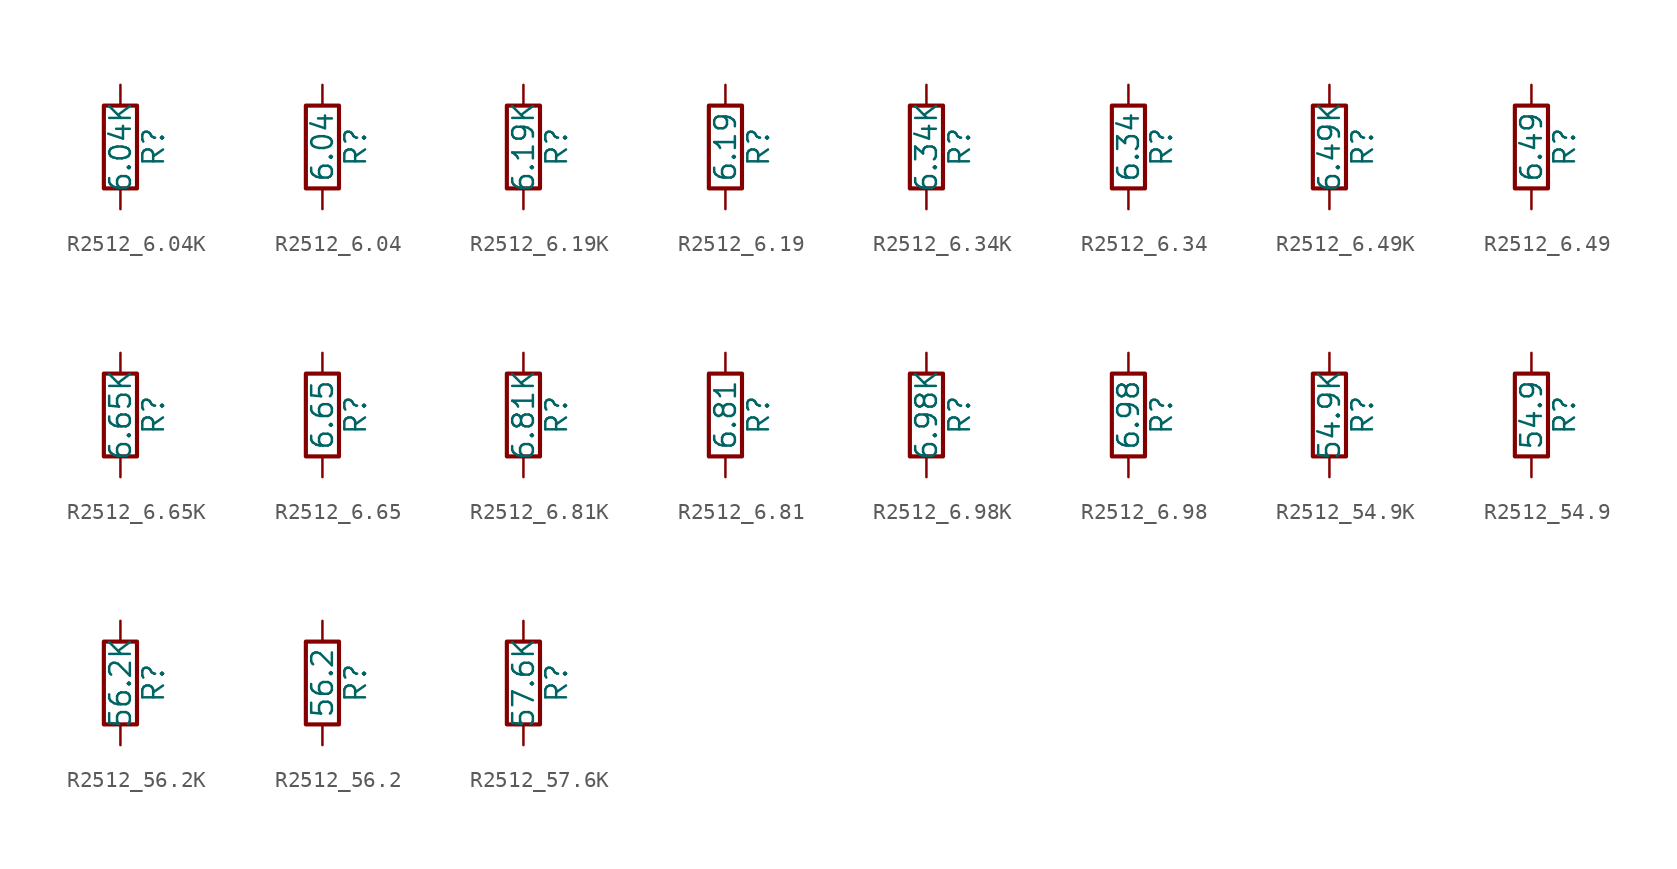
<source format=kicad_sym>
(kicad_symbol_lib
  (version 20211014)
  (generator atlantix-eda)
  (symbol "R2512_6.04K"
    (pin_numbers hide)
    (pin_names
      (offset 0))
    (property "Reference" "R"
      (at 2.032 0 90)
      (effects (font (size 1.27 1.27))))
    (property "Value" "6.04K"
      (at 0 0 90)
      (effects (font (size 1.27 1.27))))
    (symbol "R2512_6.04K_0_1"
      (rectangle (start -1.016 -2.54) (end 1.016 2.54) (stroke (width 0.254) (type default) (color 0 0 0 0)) (fill (type none))))
    (symbol "R2512_6.04K_1_1"
      (pin passive line (at 0 3.81 270) (length 1.27) (name "~" (effects (font (size 1.27 1.27)))) (number "1" (effects (font (size 1.27 1.27)))))
      (pin passive line (at 0 -3.81 90) (length 1.27) (name "~" (effects (font (size 1.27 1.27)))) (number "2" (effects (font (size 1.27 1.27)))))))
  (symbol "R2512_6.04"
    (pin_numbers hide)
    (pin_names
      (offset 0))
    (property "Reference" "R"
      (at 2.032 0 90)
      (effects (font (size 1.27 1.27))))
    (property "Value" "6.04"
      (at 0 0 90)
      (effects (font (size 1.27 1.27))))
    (symbol "R2512_6.04_0_1"
      (rectangle (start -1.016 -2.54) (end 1.016 2.54) (stroke (width 0.254) (type default) (color 0 0 0 0)) (fill (type none))))
    (symbol "R2512_6.04_1_1"
      (pin passive line (at 0 3.81 270) (length 1.27) (name "~" (effects (font (size 1.27 1.27)))) (number "1" (effects (font (size 1.27 1.27)))))
      (pin passive line (at 0 -3.81 90) (length 1.27) (name "~" (effects (font (size 1.27 1.27)))) (number "2" (effects (font (size 1.27 1.27)))))))
  (symbol "R2512_6.19K"
    (pin_numbers hide)
    (pin_names
      (offset 0))
    (property "Reference" "R"
      (at 2.032 0 90)
      (effects (font (size 1.27 1.27))))
    (property "Value" "6.19K"
      (at 0 0 90)
      (effects (font (size 1.27 1.27))))
    (symbol "R2512_6.19K_0_1"
      (rectangle (start -1.016 -2.54) (end 1.016 2.54) (stroke (width 0.254) (type default) (color 0 0 0 0)) (fill (type none))))
    (symbol "R2512_6.19K_1_1"
      (pin passive line (at 0 3.81 270) (length 1.27) (name "~" (effects (font (size 1.27 1.27)))) (number "1" (effects (font (size 1.27 1.27)))))
      (pin passive line (at 0 -3.81 90) (length 1.27) (name "~" (effects (font (size 1.27 1.27)))) (number "2" (effects (font (size 1.27 1.27)))))))
  (symbol "R2512_6.19"
    (pin_numbers hide)
    (pin_names
      (offset 0))
    (property "Reference" "R"
      (at 2.032 0 90)
      (effects (font (size 1.27 1.27))))
    (property "Value" "6.19"
      (at 0 0 90)
      (effects (font (size 1.27 1.27))))
    (symbol "R2512_6.19_0_1"
      (rectangle (start -1.016 -2.54) (end 1.016 2.54) (stroke (width 0.254) (type default) (color 0 0 0 0)) (fill (type none))))
    (symbol "R2512_6.19_1_1"
      (pin passive line (at 0 3.81 270) (length 1.27) (name "~" (effects (font (size 1.27 1.27)))) (number "1" (effects (font (size 1.27 1.27)))))
      (pin passive line (at 0 -3.81 90) (length 1.27) (name "~" (effects (font (size 1.27 1.27)))) (number "2" (effects (font (size 1.27 1.27)))))))
  (symbol "R2512_6.34K"
    (pin_numbers hide)
    (pin_names
      (offset 0))
    (property "Reference" "R"
      (at 2.032 0 90)
      (effects (font (size 1.27 1.27))))
    (property "Value" "6.34K"
      (at 0 0 90)
      (effects (font (size 1.27 1.27))))
    (symbol "R2512_6.34K_0_1"
      (rectangle (start -1.016 -2.54) (end 1.016 2.54) (stroke (width 0.254) (type default) (color 0 0 0 0)) (fill (type none))))
    (symbol "R2512_6.34K_1_1"
      (pin passive line (at 0 3.81 270) (length 1.27) (name "~" (effects (font (size 1.27 1.27)))) (number "1" (effects (font (size 1.27 1.27)))))
      (pin passive line (at 0 -3.81 90) (length 1.27) (name "~" (effects (font (size 1.27 1.27)))) (number "2" (effects (font (size 1.27 1.27)))))))
  (symbol "R2512_6.34"
    (pin_numbers hide)
    (pin_names
      (offset 0))
    (property "Reference" "R"
      (at 2.032 0 90)
      (effects (font (size 1.27 1.27))))
    (property "Value" "6.34"
      (at 0 0 90)
      (effects (font (size 1.27 1.27))))
    (symbol "R2512_6.34_0_1"
      (rectangle (start -1.016 -2.54) (end 1.016 2.54) (stroke (width 0.254) (type default) (color 0 0 0 0)) (fill (type none))))
    (symbol "R2512_6.34_1_1"
      (pin passive line (at 0 3.81 270) (length 1.27) (name "~" (effects (font (size 1.27 1.27)))) (number "1" (effects (font (size 1.27 1.27)))))
      (pin passive line (at 0 -3.81 90) (length 1.27) (name "~" (effects (font (size 1.27 1.27)))) (number "2" (effects (font (size 1.27 1.27)))))))
  (symbol "R2512_6.49K"
    (pin_numbers hide)
    (pin_names
      (offset 0))
    (property "Reference" "R"
      (at 2.032 0 90)
      (effects (font (size 1.27 1.27))))
    (property "Value" "6.49K"
      (at 0 0 90)
      (effects (font (size 1.27 1.27))))
    (symbol "R2512_6.49K_0_1"
      (rectangle (start -1.016 -2.54) (end 1.016 2.54) (stroke (width 0.254) (type default) (color 0 0 0 0)) (fill (type none))))
    (symbol "R2512_6.49K_1_1"
      (pin passive line (at 0 3.81 270) (length 1.27) (name "~" (effects (font (size 1.27 1.27)))) (number "1" (effects (font (size 1.27 1.27)))))
      (pin passive line (at 0 -3.81 90) (length 1.27) (name "~" (effects (font (size 1.27 1.27)))) (number "2" (effects (font (size 1.27 1.27)))))))
  (symbol "R2512_6.49"
    (pin_numbers hide)
    (pin_names
      (offset 0))
    (property "Reference" "R"
      (at 2.032 0 90)
      (effects (font (size 1.27 1.27))))
    (property "Value" "6.49"
      (at 0 0 90)
      (effects (font (size 1.27 1.27))))
    (symbol "R2512_6.49_0_1"
      (rectangle (start -1.016 -2.54) (end 1.016 2.54) (stroke (width 0.254) (type default) (color 0 0 0 0)) (fill (type none))))
    (symbol "R2512_6.49_1_1"
      (pin passive line (at 0 3.81 270) (length 1.27) (name "~" (effects (font (size 1.27 1.27)))) (number "1" (effects (font (size 1.27 1.27)))))
      (pin passive line (at 0 -3.81 90) (length 1.27) (name "~" (effects (font (size 1.27 1.27)))) (number "2" (effects (font (size 1.27 1.27)))))))
  (symbol "R2512_6.65K"
    (pin_numbers hide)
    (pin_names
      (offset 0))
    (property "Reference" "R"
      (at 2.032 0 90)
      (effects (font (size 1.27 1.27))))
    (property "Value" "6.65K"
      (at 0 0 90)
      (effects (font (size 1.27 1.27))))
    (symbol "R2512_6.65K_0_1"
      (rectangle (start -1.016 -2.54) (end 1.016 2.54) (stroke (width 0.254) (type default) (color 0 0 0 0)) (fill (type none))))
    (symbol "R2512_6.65K_1_1"
      (pin passive line (at 0 3.81 270) (length 1.27) (name "~" (effects (font (size 1.27 1.27)))) (number "1" (effects (font (size 1.27 1.27)))))
      (pin passive line (at 0 -3.81 90) (length 1.27) (name "~" (effects (font (size 1.27 1.27)))) (number "2" (effects (font (size 1.27 1.27)))))))
  (symbol "R2512_6.65"
    (pin_numbers hide)
    (pin_names
      (offset 0))
    (property "Reference" "R"
      (at 2.032 0 90)
      (effects (font (size 1.27 1.27))))
    (property "Value" "6.65"
      (at 0 0 90)
      (effects (font (size 1.27 1.27))))
    (symbol "R2512_6.65_0_1"
      (rectangle (start -1.016 -2.54) (end 1.016 2.54) (stroke (width 0.254) (type default) (color 0 0 0 0)) (fill (type none))))
    (symbol "R2512_6.65_1_1"
      (pin passive line (at 0 3.81 270) (length 1.27) (name "~" (effects (font (size 1.27 1.27)))) (number "1" (effects (font (size 1.27 1.27)))))
      (pin passive line (at 0 -3.81 90) (length 1.27) (name "~" (effects (font (size 1.27 1.27)))) (number "2" (effects (font (size 1.27 1.27)))))))
  (symbol "R2512_6.81K"
    (pin_numbers hide)
    (pin_names
      (offset 0))
    (property "Reference" "R"
      (at 2.032 0 90)
      (effects (font (size 1.27 1.27))))
    (property "Value" "6.81K"
      (at 0 0 90)
      (effects (font (size 1.27 1.27))))
    (symbol "R2512_6.81K_0_1"
      (rectangle (start -1.016 -2.54) (end 1.016 2.54) (stroke (width 0.254) (type default) (color 0 0 0 0)) (fill (type none))))
    (symbol "R2512_6.81K_1_1"
      (pin passive line (at 0 3.81 270) (length 1.27) (name "~" (effects (font (size 1.27 1.27)))) (number "1" (effects (font (size 1.27 1.27)))))
      (pin passive line (at 0 -3.81 90) (length 1.27) (name "~" (effects (font (size 1.27 1.27)))) (number "2" (effects (font (size 1.27 1.27)))))))
  (symbol "R2512_6.81"
    (pin_numbers hide)
    (pin_names
      (offset 0))
    (property "Reference" "R"
      (at 2.032 0 90)
      (effects (font (size 1.27 1.27))))
    (property "Value" "6.81"
      (at 0 0 90)
      (effects (font (size 1.27 1.27))))
    (symbol "R2512_6.81_0_1"
      (rectangle (start -1.016 -2.54) (end 1.016 2.54) (stroke (width 0.254) (type default) (color 0 0 0 0)) (fill (type none))))
    (symbol "R2512_6.81_1_1"
      (pin passive line (at 0 3.81 270) (length 1.27) (name "~" (effects (font (size 1.27 1.27)))) (number "1" (effects (font (size 1.27 1.27)))))
      (pin passive line (at 0 -3.81 90) (length 1.27) (name "~" (effects (font (size 1.27 1.27)))) (number "2" (effects (font (size 1.27 1.27)))))))
  (symbol "R2512_6.98K"
    (pin_numbers hide)
    (pin_names
      (offset 0))
    (property "Reference" "R"
      (at 2.032 0 90)
      (effects (font (size 1.27 1.27))))
    (property "Value" "6.98K"
      (at 0 0 90)
      (effects (font (size 1.27 1.27))))
    (symbol "R2512_6.98K_0_1"
      (rectangle (start -1.016 -2.54) (end 1.016 2.54) (stroke (width 0.254) (type default) (color 0 0 0 0)) (fill (type none))))
    (symbol "R2512_6.98K_1_1"
      (pin passive line (at 0 3.81 270) (length 1.27) (name "~" (effects (font (size 1.27 1.27)))) (number "1" (effects (font (size 1.27 1.27)))))
      (pin passive line (at 0 -3.81 90) (length 1.27) (name "~" (effects (font (size 1.27 1.27)))) (number "2" (effects (font (size 1.27 1.27)))))))
  (symbol "R2512_6.98"
    (pin_numbers hide)
    (pin_names
      (offset 0))
    (property "Reference" "R"
      (at 2.032 0 90)
      (effects (font (size 1.27 1.27))))
    (property "Value" "6.98"
      (at 0 0 90)
      (effects (font (size 1.27 1.27))))
    (symbol "R2512_6.98_0_1"
      (rectangle (start -1.016 -2.54) (end 1.016 2.54) (stroke (width 0.254) (type default) (color 0 0 0 0)) (fill (type none))))
    (symbol "R2512_6.98_1_1"
      (pin passive line (at 0 3.81 270) (length 1.27) (name "~" (effects (font (size 1.27 1.27)))) (number "1" (effects (font (size 1.27 1.27)))))
      (pin passive line (at 0 -3.81 90) (length 1.27) (name "~" (effects (font (size 1.27 1.27)))) (number "2" (effects (font (size 1.27 1.27)))))))
  (symbol "R2512_54.9K"
    (pin_numbers hide)
    (pin_names
      (offset 0))
    (property "Reference" "R"
      (at 2.032 0 90)
      (effects (font (size 1.27 1.27))))
    (property "Value" "54.9K"
      (at 0 0 90)
      (effects (font (size 1.27 1.27))))
    (symbol "R2512_54.9K_0_1"
      (rectangle (start -1.016 -2.54) (end 1.016 2.54) (stroke (width 0.254) (type default) (color 0 0 0 0)) (fill (type none))))
    (symbol "R2512_54.9K_1_1"
      (pin passive line (at 0 3.81 270) (length 1.27) (name "~" (effects (font (size 1.27 1.27)))) (number "1" (effects (font (size 1.27 1.27)))))
      (pin passive line (at 0 -3.81 90) (length 1.27) (name "~" (effects (font (size 1.27 1.27)))) (number "2" (effects (font (size 1.27 1.27)))))))
  (symbol "R2512_54.9"
    (pin_numbers hide)
    (pin_names
      (offset 0))
    (property "Reference" "R"
      (at 2.032 0 90)
      (effects (font (size 1.27 1.27))))
    (property "Value" "54.9"
      (at 0 0 90)
      (effects (font (size 1.27 1.27))))
    (symbol "R2512_54.9_0_1"
      (rectangle (start -1.016 -2.54) (end 1.016 2.54) (stroke (width 0.254) (type default) (color 0 0 0 0)) (fill (type none))))
    (symbol "R2512_54.9_1_1"
      (pin passive line (at 0 3.81 270) (length 1.27) (name "~" (effects (font (size 1.27 1.27)))) (number "1" (effects (font (size 1.27 1.27)))))
      (pin passive line (at 0 -3.81 90) (length 1.27) (name "~" (effects (font (size 1.27 1.27)))) (number "2" (effects (font (size 1.27 1.27)))))))
  (symbol "R2512_56.2K"
    (pin_numbers hide)
    (pin_names
      (offset 0))
    (property "Reference" "R"
      (at 2.032 0 90)
      (effects (font (size 1.27 1.27))))
    (property "Value" "56.2K"
      (at 0 0 90)
      (effects (font (size 1.27 1.27))))
    (symbol "R2512_56.2K_0_1"
      (rectangle (start -1.016 -2.54) (end 1.016 2.54) (stroke (width 0.254) (type default) (color 0 0 0 0)) (fill (type none))))
    (symbol "R2512_56.2K_1_1"
      (pin passive line (at 0 3.81 270) (length 1.27) (name "~" (effects (font (size 1.27 1.27)))) (number "1" (effects (font (size 1.27 1.27)))))
      (pin passive line (at 0 -3.81 90) (length 1.27) (name "~" (effects (font (size 1.27 1.27)))) (number "2" (effects (font (size 1.27 1.27)))))))
  (symbol "R2512_56.2"
    (pin_numbers hide)
    (pin_names
      (offset 0))
    (property "Reference" "R"
      (at 2.032 0 90)
      (effects (font (size 1.27 1.27))))
    (property "Value" "56.2"
      (at 0 0 90)
      (effects (font (size 1.27 1.27))))
    (symbol "R2512_56.2_0_1"
      (rectangle (start -1.016 -2.54) (end 1.016 2.54) (stroke (width 0.254) (type default) (color 0 0 0 0)) (fill (type none))))
    (symbol "R2512_56.2_1_1"
      (pin passive line (at 0 3.81 270) (length 1.27) (name "~" (effects (font (size 1.27 1.27)))) (number "1" (effects (font (size 1.27 1.27)))))
      (pin passive line (at 0 -3.81 90) (length 1.27) (name "~" (effects (font (size 1.27 1.27)))) (number "2" (effects (font (size 1.27 1.27)))))))
  (symbol "R2512_57.6K"
    (pin_numbers hide)
    (pin_names
      (offset 0))
    (property "Reference" "R"
      (at 2.032 0 90)
      (effects (font (size 1.27 1.27))))
    (property "Value" "57.6K"
      (at 0 0 90)
      (effects (font (size 1.27 1.27))))
    (symbol "R2512_57.6K_0_1"
      (rectangle (start -1.016 -2.54) (end 1.016 2.54) (stroke (width 0.254) (type default) (color 0 0 0 0)) (fill (type none))))
    (symbol "R2512_57.6K_1_1"
      (pin passive line (at 0 3.81 270) (length 1.27) (name "~" (effects (font (size 1.27 1.27)))) (number "1" (effects (font (size 1.27 1.27)))))
      (pin passive line (at 0 -3.81 90) (length 1.27) (name "~" (effects (font (size 1.27 1.27)))) (number "2" (effects (font (size 1.27 1.27))))))))
</source>
